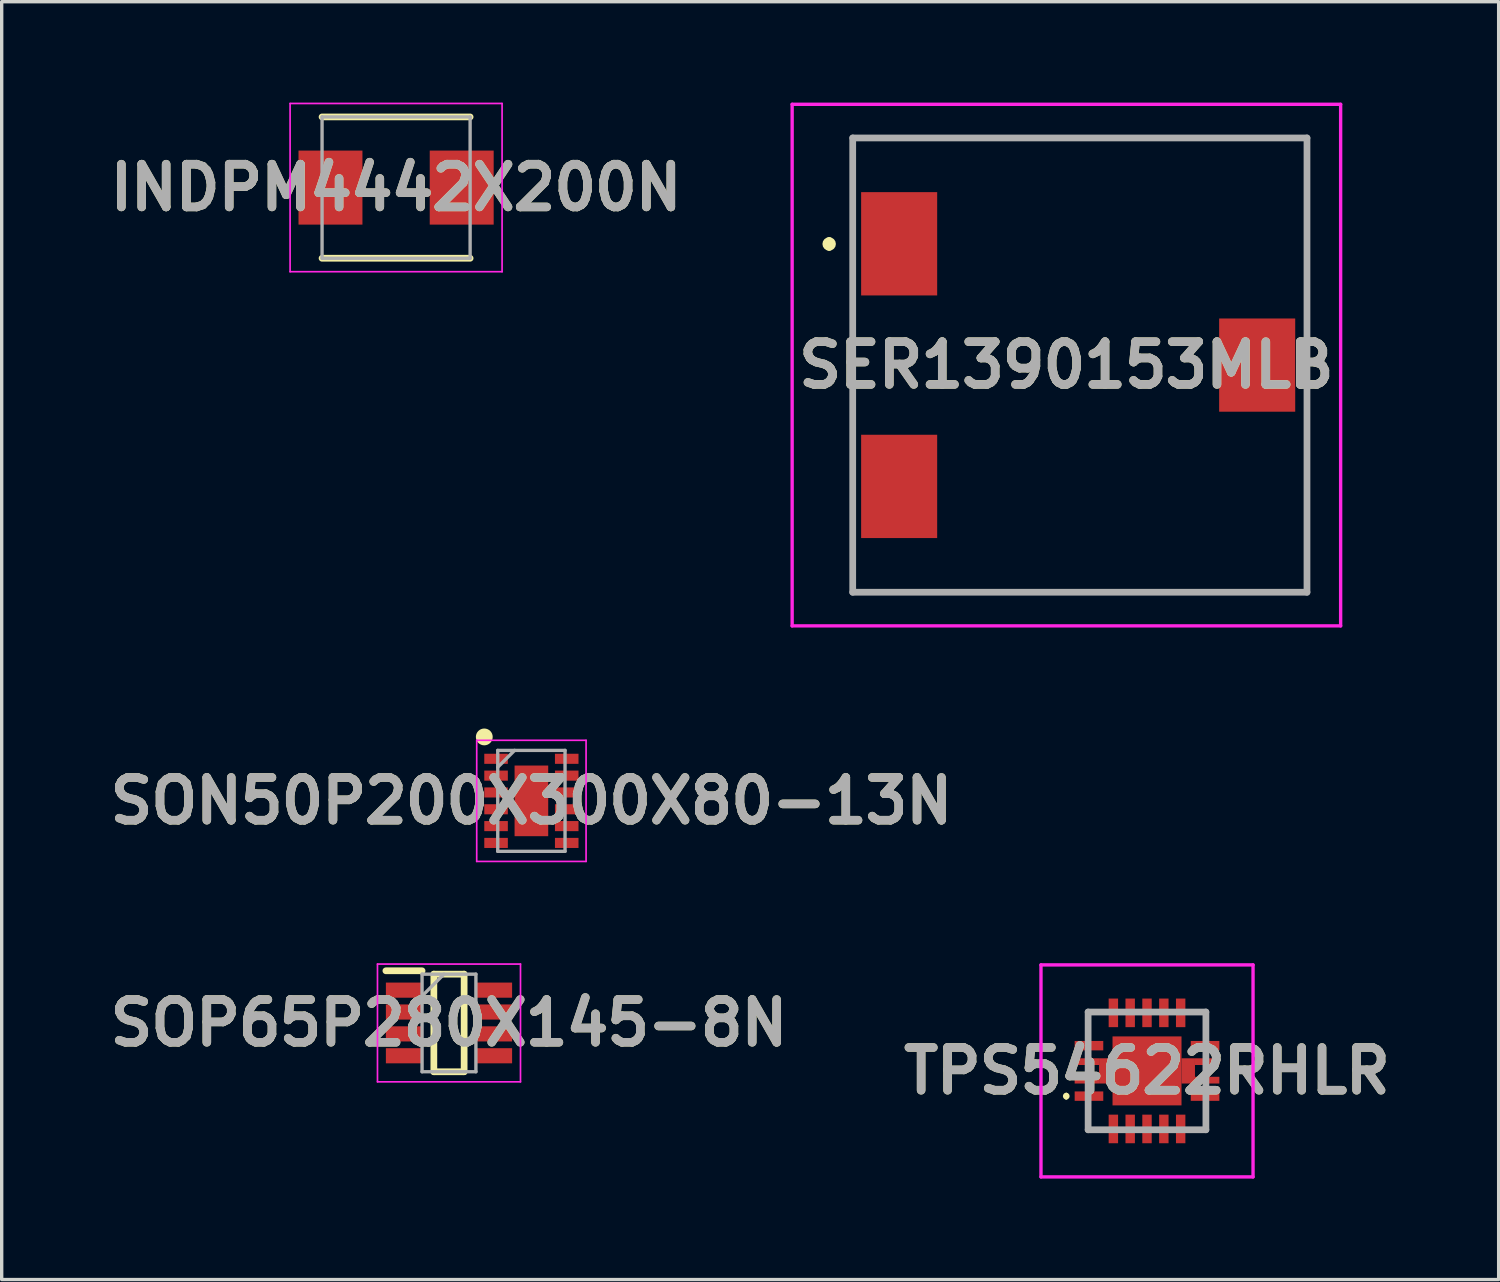
<source format=kicad_pcb>
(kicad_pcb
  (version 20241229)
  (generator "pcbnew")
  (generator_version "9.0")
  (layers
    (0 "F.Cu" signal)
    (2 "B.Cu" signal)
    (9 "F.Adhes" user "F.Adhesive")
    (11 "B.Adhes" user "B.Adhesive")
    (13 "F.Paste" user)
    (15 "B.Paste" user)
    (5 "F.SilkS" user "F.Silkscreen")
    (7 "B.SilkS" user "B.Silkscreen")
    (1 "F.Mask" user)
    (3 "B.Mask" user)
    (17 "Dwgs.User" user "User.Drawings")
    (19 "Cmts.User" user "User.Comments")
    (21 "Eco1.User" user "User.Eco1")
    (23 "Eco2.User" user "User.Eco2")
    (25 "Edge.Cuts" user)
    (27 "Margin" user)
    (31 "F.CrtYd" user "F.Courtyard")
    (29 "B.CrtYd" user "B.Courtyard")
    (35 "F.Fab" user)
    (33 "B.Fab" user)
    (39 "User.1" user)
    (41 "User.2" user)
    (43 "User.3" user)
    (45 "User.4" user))
  (footprint "INDPM4442X200N"
    (layer "F.Cu")
    (at 8.721 2.525)
    (property "Reference" "INDPM4442X200N" (at 0 0 0) (layer "F.SilkS") (effects (font (size 1.27 1.27) (thickness 0.254))))
    (attr smd)
    (fp_line (start -2.2 2.1) (end 2.2 2.1) (stroke (width 0.2) (type solid)) (layer "F.SilkS"))
    (fp_line (start 2.2 -2.1) (end -2.2 -2.1) (stroke (width 0.2) (type solid)) (layer "F.SilkS"))
    (fp_line (start -3.15 -2.5) (end 3.15 -2.5) (stroke (width 0.05) (type solid)) (layer "F.CrtYd"))
    (fp_line (start -3.15 2.5) (end -3.15 -2.5) (stroke (width 0.05) (type solid)) (layer "F.CrtYd"))
    (fp_line (start 3.15 -2.5) (end 3.15 2.5) (stroke (width 0.05) (type solid)) (layer "F.CrtYd"))
    (fp_line (start 3.15 2.5) (end -3.15 2.5) (stroke (width 0.05) (type solid)) (layer "F.CrtYd"))
    (fp_line (start -2.2 -2.1) (end 2.2 -2.1) (stroke (width 0.1) (type solid)) (layer "F.Fab"))
    (fp_line (start -2.2 2.1) (end -2.2 -2.1) (stroke (width 0.1) (type solid)) (layer "F.Fab"))
    (fp_line (start 2.2 -2.1) (end 2.2 2.1) (stroke (width 0.1) (type solid)) (layer "F.Fab"))
    (fp_line (start 2.2 2.1) (end -2.2 2.1) (stroke (width 0.1) (type solid)) (layer "F.Fab"))
    (fp_text user "${REFERENCE}" (at 0 0 0) (layer "F.Fab") (effects (font (size 1.27 1.27) (thickness 0.254))))
    (pad "1" smd rect (at -1.95 0) (size 1.9 2.2) (layers "F.Cu" "F.Mask" "F.Paste"))
    (pad "2" smd rect (at 1.95 0) (size 1.9 2.2) (layers "F.Cu" "F.Mask" "F.Paste")))
  (footprint "SON50P200X300X80-13N"
    (layer "F.Cu")
    (at 12.742 20.75)
    (property "Reference" "SON50P200X300X80-13N" (at 0 0 0) (layer "F.SilkS") (effects (font (size 1.27 1.27) (thickness 0.254))))
    (attr smd)
    (fp_circle (center -1.4 -1.9) (end -1.4 -1.775) (stroke (width 0.25) (type solid)) (fill no) (layer "F.SilkS"))
    (fp_line (start -1.625 -1.8) (end 1.625 -1.8) (stroke (width 0.05) (type solid)) (layer "F.CrtYd"))
    (fp_line (start -1.625 1.8) (end -1.625 -1.8) (stroke (width 0.05) (type solid)) (layer "F.CrtYd"))
    (fp_line (start 1.625 -1.8) (end 1.625 1.8) (stroke (width 0.05) (type solid)) (layer "F.CrtYd"))
    (fp_line (start 1.625 1.8) (end -1.625 1.8) (stroke (width 0.05) (type solid)) (layer "F.CrtYd"))
    (fp_line (start -1 -1.5) (end 1 -1.5) (stroke (width 0.1) (type solid)) (layer "F.Fab"))
    (fp_line (start -1 -1) (end -0.5 -1.5) (stroke (width 0.1) (type solid)) (layer "F.Fab"))
    (fp_line (start -1 1.5) (end -1 -1.5) (stroke (width 0.1) (type solid)) (layer "F.Fab"))
    (fp_line (start 1 -1.5) (end 1 1.5) (stroke (width 0.1) (type solid)) (layer "F.Fab"))
    (fp_line (start 1 1.5) (end -1 1.5) (stroke (width 0.1) (type solid)) (layer "F.Fab"))
    (fp_text user "${REFERENCE}" (at 0 0 0) (layer "F.Fab") (effects (font (size 1.27 1.27) (thickness 0.254))))
    (pad "1" smd rect (at -1.05 -1.25 90) (size 0.3 0.7) (layers "F.Cu" "F.Mask" "F.Paste"))
    (pad "2" smd rect (at -1.05 -0.75 90) (size 0.3 0.7) (layers "F.Cu" "F.Mask" "F.Paste"))
    (pad "3" smd rect (at -1.05 -0.25 90) (size 0.3 0.7) (layers "F.Cu" "F.Mask" "F.Paste"))
    (pad "4" smd rect (at -1.05 0.25 90) (size 0.3 0.7) (layers "F.Cu" "F.Mask" "F.Paste"))
    (pad "5" smd rect (at -1.05 0.75 90) (size 0.3 0.7) (layers "F.Cu" "F.Mask" "F.Paste"))
    (pad "6" smd rect (at -1.05 1.25 90) (size 0.3 0.7) (layers "F.Cu" "F.Mask" "F.Paste"))
    (pad "7" smd rect (at 1.05 1.25 90) (size 0.3 0.7) (layers "F.Cu" "F.Mask" "F.Paste"))
    (pad "8" smd rect (at 1.05 0.75 90) (size 0.3 0.7) (layers "F.Cu" "F.Mask" "F.Paste"))
    (pad "9" smd rect (at 1.05 0.25 90) (size 0.3 0.7) (layers "F.Cu" "F.Mask" "F.Paste"))
    (pad "10" smd rect (at 1.05 -0.25 90) (size 0.3 0.7) (layers "F.Cu" "F.Mask" "F.Paste"))
    (pad "11" smd rect (at 1.05 -0.75 90) (size 0.3 0.7) (layers "F.Cu" "F.Mask" "F.Paste"))
    (pad "12" smd rect (at 1.05 -1.25 90) (size 0.3 0.7) (layers "F.Cu" "F.Mask" "F.Paste"))
    (pad "13" smd rect (at 0 0) (size 1 2.1) (layers "F.Cu" "F.Mask" "F.Paste")))
  (footprint "TPS54622RHLR"
    (layer "F.Cu")
    (at 31.037 28.775)
    (property "Reference" "TPS54622RHLR" (at 0 0 0) (layer "F.SilkS") (effects (font (size 1.27 1.27) (thickness 0.254))))
    (attr smd)
    (fp_line (start -2.4 0.7) (end -2.4 0.7) (stroke (width 0.1) (type solid)) (layer "F.SilkS"))
    (fp_line (start -2.4 0.8) (end -2.4 0.8) (stroke (width 0.1) (type solid)) (layer "F.SilkS"))
    (fp_line (start -1.75 -1.75) (end -1.75 -1) (stroke (width 0.1) (type solid)) (layer "F.SilkS"))
    (fp_line (start -1.75 1) (end -1.75 1.725) (stroke (width 0.1) (type solid)) (layer "F.SilkS"))
    (fp_line (start -1.75 1.725) (end -1.25 1.725) (stroke (width 0.1) (type solid)) (layer "F.SilkS"))
    (fp_line (start -1.25 -1.75) (end -1.75 -1.75) (stroke (width 0.1) (type solid)) (layer "F.SilkS"))
    (fp_line (start 1.25 -1.75) (end 1.75 -1.75) (stroke (width 0.1) (type solid)) (layer "F.SilkS"))
    (fp_line (start 1.25 1.75) (end 1.725 1.75) (stroke (width 0.1) (type solid)) (layer "F.SilkS"))
    (fp_line (start 1.725 1.75) (end 1.75 1.75) (stroke (width 0.1) (type solid)) (layer "F.SilkS"))
    (fp_line (start 1.75 -1.75) (end 1.75 -1) (stroke (width 0.1) (type solid)) (layer "F.SilkS"))
    (fp_line (start 1.75 1.75) (end 1.75 1) (stroke (width 0.1) (type solid)) (layer "F.SilkS"))
    (fp_arc (start -2.4 0.7) (mid -2.35 0.75) (end -2.4 0.8) (stroke (width 0.1) (type solid)) (layer "F.SilkS"))
    (fp_arc (start -2.4 0.8) (mid -2.45 0.75) (end -2.4 0.7) (stroke (width 0.1) (type solid)) (layer "F.SilkS"))
    (fp_line (start -3.151 -3.15) (end 3.151 -3.15) (stroke (width 0.1) (type solid)) (layer "F.CrtYd"))
    (fp_line (start -3.151 3.15) (end -3.151 -3.15) (stroke (width 0.1) (type solid)) (layer "F.CrtYd"))
    (fp_line (start 3.151 -3.15) (end 3.151 3.15) (stroke (width 0.1) (type solid)) (layer "F.CrtYd"))
    (fp_line (start 3.151 3.15) (end -3.151 3.15) (stroke (width 0.1) (type solid)) (layer "F.CrtYd"))
    (fp_line (start -1.75 -1.75) (end 1.75 -1.75) (stroke (width 0.2) (type solid)) (layer "F.Fab"))
    (fp_line (start -1.75 1.75) (end -1.75 -1.75) (stroke (width 0.2) (type solid)) (layer "F.Fab"))
    (fp_line (start 1.75 -1.75) (end 1.75 1.75) (stroke (width 0.2) (type solid)) (layer "F.Fab"))
    (fp_line (start 1.75 1.75) (end -1.75 1.75) (stroke (width 0.2) (type solid)) (layer "F.Fab"))
    (fp_text user "${REFERENCE}" (at 0 0 0) (layer "F.Fab") (effects (font (size 1.27 1.27) (thickness 0.254))))
    (pad "1" smd rect (at -1.725 0.75 90) (size 0.28 0.85) (layers "F.Cu" "F.Mask" "F.Paste"))
    (pad "2" smd rect (at -1 1.725) (size 0.28 0.85) (layers "F.Cu" "F.Mask" "F.Paste"))
    (pad "3" smd rect (at -0.5 1.725) (size 0.28 0.85) (layers "F.Cu" "F.Mask" "F.Paste"))
    (pad "4" smd rect (at 0 1.725) (size 0.28 0.85) (layers "F.Cu" "F.Mask" "F.Paste"))
    (pad "5" smd rect (at 0.5 1.725) (size 0.28 0.85) (layers "F.Cu" "F.Mask" "F.Paste"))
    (pad "6" smd rect (at 1 1.725) (size 0.28 0.85) (layers "F.Cu" "F.Mask" "F.Paste"))
    (pad "7" smd rect (at 1.725 0.75 90) (size 0.28 0.85) (layers "F.Cu" "F.Mask" "F.Paste"))
    (pad "8" smd rect (at 1.725 -0.75 90) (size 0.28 0.85) (layers "F.Cu" "F.Mask" "F.Paste"))
    (pad "9" smd rect (at 1 -1.725) (size 0.28 0.85) (layers "F.Cu" "F.Mask" "F.Paste"))
    (pad "10" smd rect (at 0.5 -1.725) (size 0.28 0.85) (layers "F.Cu" "F.Mask" "F.Paste"))
    (pad "11" smd rect (at 0 -1.725) (size 0.28 0.85) (layers "F.Cu" "F.Mask" "F.Paste"))
    (pad "12" smd rect (at -0.5 -1.725) (size 0.28 0.85) (layers "F.Cu" "F.Mask" "F.Paste"))
    (pad "13" smd rect (at -1 -1.725) (size 0.28 0.85) (layers "F.Cu" "F.Mask" "F.Paste"))
    (pad "14" smd rect (at -1.725 -0.75 90) (size 0.28 0.85) (layers "F.Cu" "F.Mask" "F.Paste"))
    (pad "15" smd rect (at 0 0) (size 2.05 2.05) (layers "F.Cu" "F.Mask" "F.Paste"))
    (pad "16" smd rect (at -1.225 0) (size 0.4 0.75) (layers "F.Cu" "F.Mask" "F.Paste"))
    (pad "17" smd rect (at -1.788 -0.275 90) (size 0.2 0.725) (layers "F.Cu" "F.Mask" "F.Paste"))
    (pad "18" smd rect (at -1.788 0.275 90) (size 0.2 0.725) (layers "F.Cu" "F.Mask" "F.Paste"))
    (pad "19" smd rect (at 1.225 0) (size 0.4 0.75) (layers "F.Cu" "F.Mask" "F.Paste"))
    (pad "20" smd rect (at 1.788 0.275 90) (size 0.2 0.725) (layers "F.Cu" "F.Mask" "F.Paste"))
    (pad "21" smd rect (at 1.788 -0.275 90) (size 0.2 0.725) (layers "F.Cu" "F.Mask" "F.Paste")))
  (footprint "SOP65P280X145-8N"
    (layer "F.Cu")
    (at 10.293 27.35)
    (property "Reference" "SOP65P280X145-8N" (at 0 0 0) (layer "F.SilkS") (effects (font (size 1.27 1.27) (thickness 0.254))))
    (attr smd)
    (fp_line (start -1.875 -1.55) (end -0.8 -1.55) (stroke (width 0.2) (type solid)) (layer "F.SilkS"))
    (fp_line (start -0.45 -1.45) (end 0.45 -1.45) (stroke (width 0.2) (type solid)) (layer "F.SilkS"))
    (fp_line (start -0.45 1.45) (end -0.45 -1.45) (stroke (width 0.2) (type solid)) (layer "F.SilkS"))
    (fp_line (start 0.45 -1.45) (end 0.45 1.45) (stroke (width 0.2) (type solid)) (layer "F.SilkS"))
    (fp_line (start 0.45 1.45) (end -0.45 1.45) (stroke (width 0.2) (type solid)) (layer "F.SilkS"))
    (fp_line (start -2.125 -1.75) (end 2.125 -1.75) (stroke (width 0.05) (type solid)) (layer "F.CrtYd"))
    (fp_line (start -2.125 1.75) (end -2.125 -1.75) (stroke (width 0.05) (type solid)) (layer "F.CrtYd"))
    (fp_line (start 2.125 -1.75) (end 2.125 1.75) (stroke (width 0.05) (type solid)) (layer "F.CrtYd"))
    (fp_line (start 2.125 1.75) (end -2.125 1.75) (stroke (width 0.05) (type solid)) (layer "F.CrtYd"))
    (fp_line (start -0.8 -1.45) (end 0.8 -1.45) (stroke (width 0.1) (type solid)) (layer "F.Fab"))
    (fp_line (start -0.8 -0.8) (end -0.15 -1.45) (stroke (width 0.1) (type solid)) (layer "F.Fab"))
    (fp_line (start -0.8 1.45) (end -0.8 -1.45) (stroke (width 0.1) (type solid)) (layer "F.Fab"))
    (fp_line (start 0.8 -1.45) (end 0.8 1.45) (stroke (width 0.1) (type solid)) (layer "F.Fab"))
    (fp_line (start 0.8 1.45) (end -0.8 1.45) (stroke (width 0.1) (type solid)) (layer "F.Fab"))
    (fp_text user "${REFERENCE}" (at 0 0 0) (layer "F.Fab") (effects (font (size 1.27 1.27) (thickness 0.254))))
    (pad "1" smd rect (at -1.338 -0.975 90) (size 0.45 1.075) (layers "F.Cu" "F.Mask" "F.Paste"))
    (pad "2" smd rect (at -1.338 -0.325 90) (size 0.45 1.075) (layers "F.Cu" "F.Mask" "F.Paste"))
    (pad "3" smd rect (at -1.338 0.325 90) (size 0.45 1.075) (layers "F.Cu" "F.Mask" "F.Paste"))
    (pad "4" smd rect (at -1.338 0.975 90) (size 0.45 1.075) (layers "F.Cu" "F.Mask" "F.Paste"))
    (pad "5" smd rect (at 1.338 0.975 90) (size 0.45 1.075) (layers "F.Cu" "F.Mask" "F.Paste"))
    (pad "6" smd rect (at 1.338 0.325 90) (size 0.45 1.075) (layers "F.Cu" "F.Mask" "F.Paste"))
    (pad "7" smd rect (at 1.338 -0.325 90) (size 0.45 1.075) (layers "F.Cu" "F.Mask" "F.Paste"))
    (pad "8" smd rect (at 1.338 -0.975 90) (size 0.45 1.075) (layers "F.Cu" "F.Mask" "F.Paste")))
  (footprint "SER1390153MLB"
    (layer "F.Cu")
    (at 28.991 7.8)
    (property "Reference" "SER1390153MLB" (at -0.35 0 0) (layer "F.SilkS") (effects (font (size 1.27 1.27) (thickness 0.254))))
    (attr smd)
    (fp_line (start -7.4 -3.7) (end -7.4 -3.7) (stroke (width 0.2) (type solid)) (layer "F.SilkS"))
    (fp_line (start -7.4 -3.5) (end -7.4 -3.5) (stroke (width 0.2) (type solid)) (layer "F.SilkS"))
    (fp_line (start -6.7 -6.75) (end 6.8 -6.75) (stroke (width 0.1) (type solid)) (layer "F.SilkS"))
    (fp_line (start -6.7 6.75) (end -6.7 -6.75) (stroke (width 0.1) (type solid)) (layer "F.SilkS"))
    (fp_line (start 6.8 -6.75) (end 6.8 6.75) (stroke (width 0.1) (type solid)) (layer "F.SilkS"))
    (fp_line (start 6.8 6.75) (end -6.7 6.75) (stroke (width 0.1) (type solid)) (layer "F.SilkS"))
    (fp_arc (start -7.4 -3.7) (mid -7.3 -3.6) (end -7.4 -3.5) (stroke (width 0.2) (type solid)) (layer "F.SilkS"))
    (fp_arc (start -7.4 -3.5) (mid -7.5 -3.6) (end -7.4 -3.7) (stroke (width 0.2) (type solid)) (layer "F.SilkS"))
    (fp_line (start -8.5 -7.75) (end 7.8 -7.75) (stroke (width 0.1) (type solid)) (layer "F.CrtYd"))
    (fp_line (start -8.5 7.75) (end -8.5 -7.75) (stroke (width 0.1) (type solid)) (layer "F.CrtYd"))
    (fp_line (start 7.8 -7.75) (end 7.8 7.75) (stroke (width 0.1) (type solid)) (layer "F.CrtYd"))
    (fp_line (start 7.8 7.75) (end -8.5 7.75) (stroke (width 0.1) (type solid)) (layer "F.CrtYd"))
    (fp_line (start -6.7 -6.75) (end 6.8 -6.75) (stroke (width 0.2) (type solid)) (layer "F.Fab"))
    (fp_line (start -6.7 6.75) (end -6.7 -6.75) (stroke (width 0.2) (type solid)) (layer "F.Fab"))
    (fp_line (start 6.8 -6.75) (end 6.8 6.75) (stroke (width 0.2) (type solid)) (layer "F.Fab"))
    (fp_line (start 6.8 6.75) (end -6.7 6.75) (stroke (width 0.2) (type solid)) (layer "F.Fab"))
    (fp_text user "${REFERENCE}" (at -0.35 0 0) (layer "F.Fab") (effects (font (size 1.27 1.27) (thickness 0.254))))
    (pad "1" smd rect (at -5.32 -3.605) (size 2.26 3.07) (layers "F.Cu" "F.Mask" "F.Paste"))
    (pad "2" smd rect (at -5.32 3.605) (size 2.26 3.07) (layers "F.Cu" "F.Mask" "F.Paste"))
    (pad "3" smd rect (at 5.32 0) (size 2.26 2.77) (layers "F.Cu" "F.Mask" "F.Paste")))
  (gr_rect
    (start -3 -3)
    (end 41.487 34.975)
    (stroke (width 0.1) (type default))
    (fill no)
    (layer "Edge.Cuts")))
</source>
